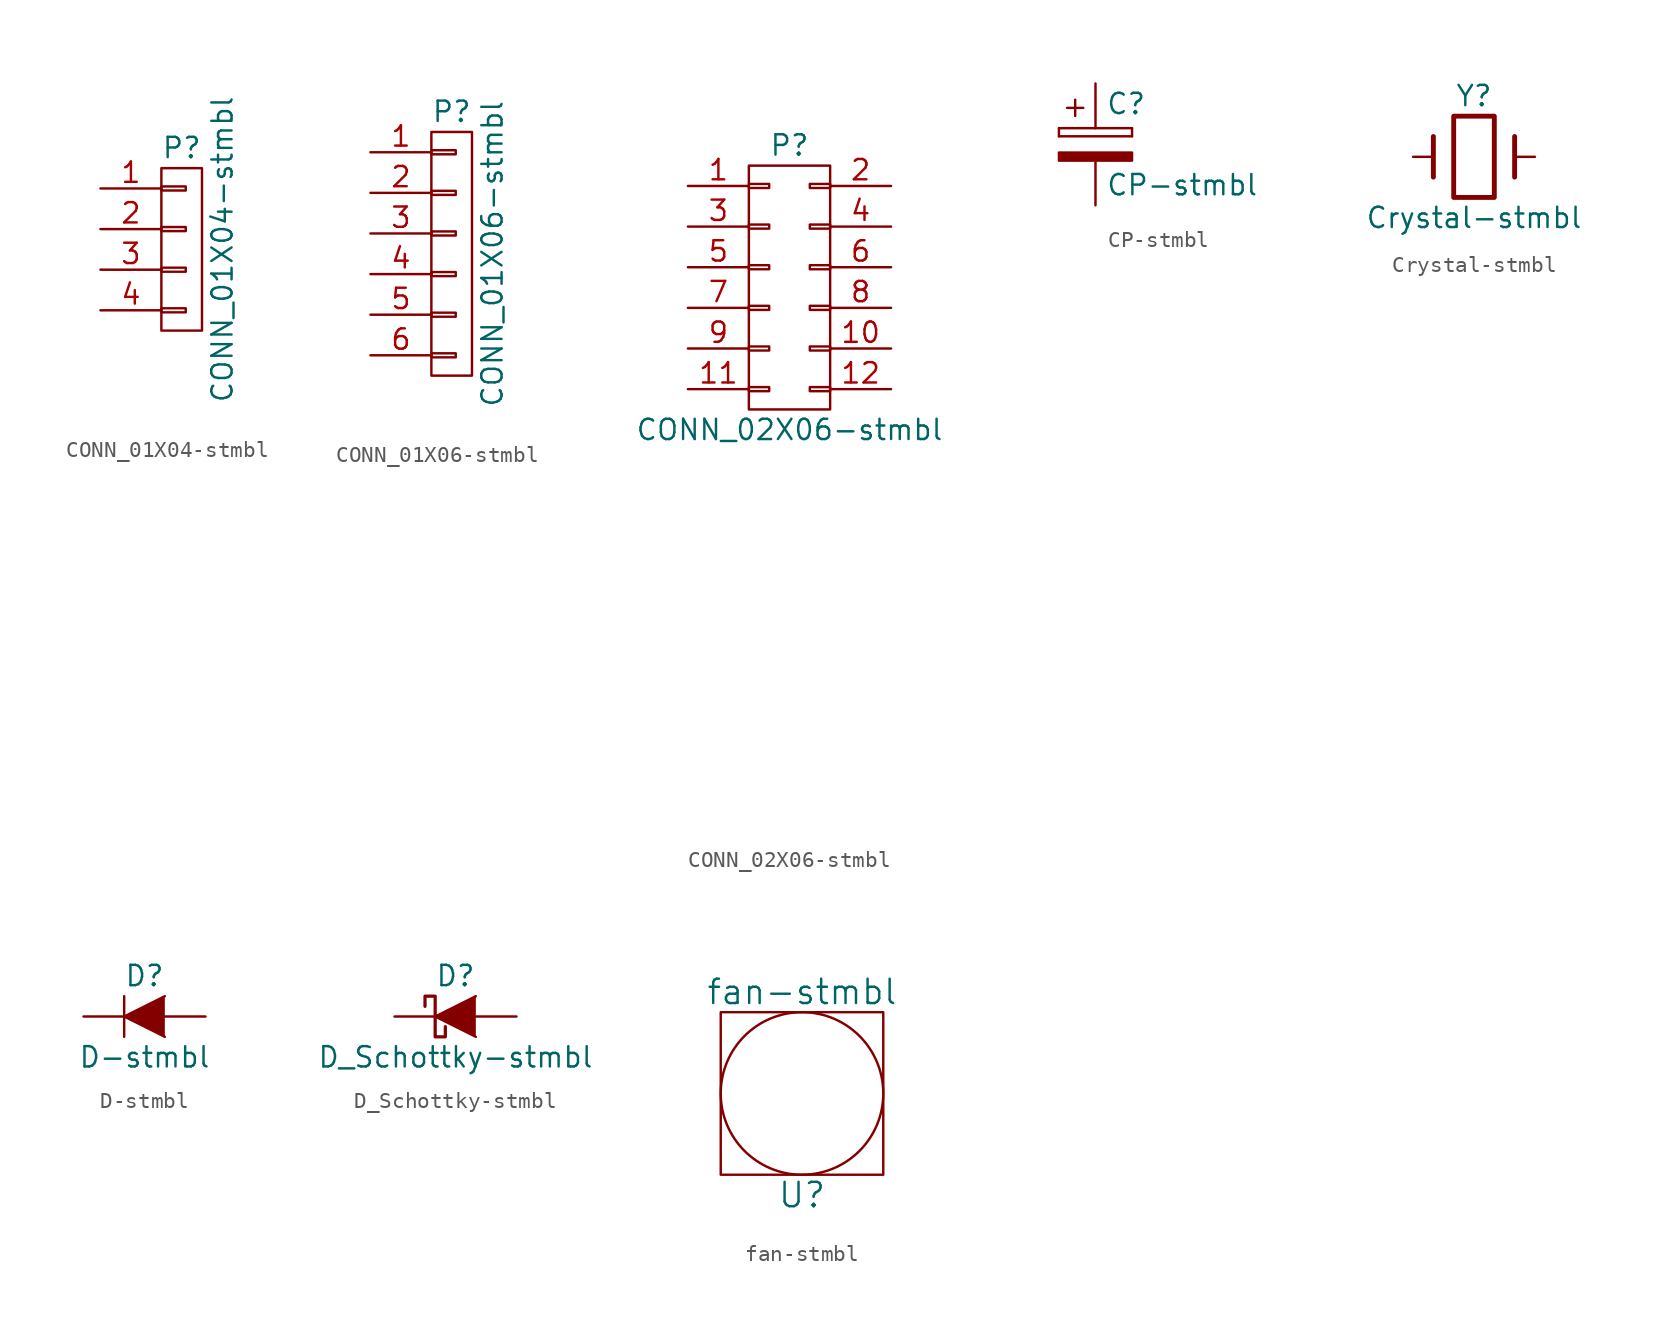
<source format=kicad_sym>
(kicad_symbol_lib
  (version 20211014)
  (generator kicad_symbol_editor)
  (symbol "CONN_01X04-stmbl"
    (pin_names
      (offset 1.016) hide)
    (property "Reference" "P"
      (at 0 6.35 0)
      (effects (font (size 1.27 1.27))))
    (property "Value" "CONN_01X04-stmbl"
      (at 2.54 0 90)
      (effects (font (size 1.27 1.27))))
    (property "Footprint" ""
      (at 0 0 0)
      (effects (font (size 1.27 1.27))))
    (property "Datasheet" ""
      (at 0 0 0)
      (effects (font (size 1.27 1.27))))
    (symbol "CONN_01X04-stmbl_0_1"
      (rectangle (start -1.27 -3.683) (end 0.254 -3.937) (stroke (width 0) (type default) (color 0 0 0 0)) (fill (type none)))
      (rectangle (start -1.27 -1.143) (end 0.254 -1.397) (stroke (width 0) (type default) (color 0 0 0 0)) (fill (type none)))
      (rectangle (start -1.27 1.397) (end 0.254 1.143) (stroke (width 0) (type default) (color 0 0 0 0)) (fill (type none)))
      (rectangle (start -1.27 3.937) (end 0.254 3.683) (stroke (width 0) (type default) (color 0 0 0 0)) (fill (type none)))
      (rectangle (start -1.27 5.08) (end 1.27 -5.08) (stroke (width 0) (type default) (color 0 0 0 0)) (fill (type none))))
    (symbol "CONN_01X04-stmbl_1_1"
      (pin passive line (at -5.08 3.81 0) (length 3.81) (name "P1" (effects (font (size 1.27 1.27)))) (number "1" (effects (font (size 1.27 1.27)))))
      (pin passive line (at -5.08 1.27 0) (length 3.81) (name "P2" (effects (font (size 1.27 1.27)))) (number "2" (effects (font (size 1.27 1.27)))))
      (pin passive line (at -5.08 -1.27 0) (length 3.81) (name "P3" (effects (font (size 1.27 1.27)))) (number "3" (effects (font (size 1.27 1.27)))))
      (pin passive line (at -5.08 -3.81 0) (length 3.81) (name "P4" (effects (font (size 1.27 1.27)))) (number "4" (effects (font (size 1.27 1.27)))))))
  (symbol "CONN_01X06-stmbl"
    (pin_names
      (offset 1.016) hide)
    (property "Reference" "P"
      (at 0 8.89 0)
      (effects (font (size 1.27 1.27))))
    (property "Value" "CONN_01X06-stmbl"
      (at 2.54 0 90)
      (effects (font (size 1.27 1.27))))
    (property "Footprint" ""
      (at 0 0 0)
      (effects (font (size 1.27 1.27))))
    (property "Datasheet" ""
      (at 0 0 0)
      (effects (font (size 1.27 1.27))))
    (symbol "CONN_01X06-stmbl_0_1"
      (rectangle (start -1.27 -6.223) (end 0.254 -6.477) (stroke (width 0) (type default) (color 0 0 0 0)) (fill (type none)))
      (rectangle (start -1.27 -3.683) (end 0.254 -3.937) (stroke (width 0) (type default) (color 0 0 0 0)) (fill (type none)))
      (rectangle (start -1.27 -1.143) (end 0.254 -1.397) (stroke (width 0) (type default) (color 0 0 0 0)) (fill (type none)))
      (rectangle (start -1.27 1.397) (end 0.254 1.143) (stroke (width 0) (type default) (color 0 0 0 0)) (fill (type none)))
      (rectangle (start -1.27 3.937) (end 0.254 3.683) (stroke (width 0) (type default) (color 0 0 0 0)) (fill (type none)))
      (rectangle (start -1.27 6.477) (end 0.254 6.223) (stroke (width 0) (type default) (color 0 0 0 0)) (fill (type none)))
      (rectangle (start -1.27 7.62) (end 1.27 -7.62) (stroke (width 0) (type default) (color 0 0 0 0)) (fill (type none))))
    (symbol "CONN_01X06-stmbl_1_1"
      (pin passive line (at -5.08 6.35 0) (length 3.81) (name "P1" (effects (font (size 1.27 1.27)))) (number "1" (effects (font (size 1.27 1.27)))))
      (pin passive line (at -5.08 3.81 0) (length 3.81) (name "P2" (effects (font (size 1.27 1.27)))) (number "2" (effects (font (size 1.27 1.27)))))
      (pin passive line (at -5.08 1.27 0) (length 3.81) (name "P3" (effects (font (size 1.27 1.27)))) (number "3" (effects (font (size 1.27 1.27)))))
      (pin passive line (at -5.08 -1.27 0) (length 3.81) (name "P4" (effects (font (size 1.27 1.27)))) (number "4" (effects (font (size 1.27 1.27)))))
      (pin passive line (at -5.08 -3.81 0) (length 3.81) (name "P5" (effects (font (size 1.27 1.27)))) (number "5" (effects (font (size 1.27 1.27)))))
      (pin passive line (at -5.08 -6.35 0) (length 3.81) (name "P6" (effects (font (size 1.27 1.27)))) (number "6" (effects (font (size 1.27 1.27)))))))
  (symbol "CONN_02X06-stmbl"
    (pin_names
      (offset 0.025) hide)
    (property "Reference" "P"
      (at 0 8.89 0)
      (effects (font (size 1.27 1.27))))
    (property "Value" "CONN_02X06-stmbl"
      (at 0 -8.89 0)
      (effects (font (size 1.27 1.27))))
    (property "Footprint" ""
      (at 0 -30.48 0)
      (effects (font (size 1.27 1.27))))
    (property "Datasheet" ""
      (at 0 -30.48 0)
      (effects (font (size 1.27 1.27))))
    (symbol "CONN_02X06-stmbl_0_1"
      (rectangle (start -2.54 -6.223) (end -1.27 -6.477) (stroke (width 0) (type default) (color 0 0 0 0)) (fill (type none)))
      (rectangle (start -2.54 -3.683) (end -1.27 -3.937) (stroke (width 0) (type default) (color 0 0 0 0)) (fill (type none)))
      (rectangle (start -2.54 -1.143) (end -1.27 -1.397) (stroke (width 0) (type default) (color 0 0 0 0)) (fill (type none)))
      (rectangle (start -2.54 1.397) (end -1.27 1.143) (stroke (width 0) (type default) (color 0 0 0 0)) (fill (type none)))
      (rectangle (start -2.54 3.937) (end -1.27 3.683) (stroke (width 0) (type default) (color 0 0 0 0)) (fill (type none)))
      (rectangle (start -2.54 6.477) (end -1.27 6.223) (stroke (width 0) (type default) (color 0 0 0 0)) (fill (type none)))
      (rectangle (start -2.54 7.62) (end 2.54 -7.62) (stroke (width 0) (type default) (color 0 0 0 0)) (fill (type none)))
      (rectangle (start 1.27 -6.223) (end 2.54 -6.477) (stroke (width 0) (type default) (color 0 0 0 0)) (fill (type none)))
      (rectangle (start 1.27 -3.683) (end 2.54 -3.937) (stroke (width 0) (type default) (color 0 0 0 0)) (fill (type none)))
      (rectangle (start 1.27 -1.143) (end 2.54 -1.397) (stroke (width 0) (type default) (color 0 0 0 0)) (fill (type none)))
      (rectangle (start 1.27 1.397) (end 2.54 1.143) (stroke (width 0) (type default) (color 0 0 0 0)) (fill (type none)))
      (rectangle (start 1.27 3.937) (end 2.54 3.683) (stroke (width 0) (type default) (color 0 0 0 0)) (fill (type none)))
      (rectangle (start 1.27 6.477) (end 2.54 6.223) (stroke (width 0) (type default) (color 0 0 0 0)) (fill (type none))))
    (symbol "CONN_02X06-stmbl_1_1"
      (pin passive line (at -6.35 6.35 0) (length 3.81) (name "P1" (effects (font (size 1.27 1.27)))) (number "1" (effects (font (size 1.27 1.27)))))
      (pin passive line (at 6.35 -3.81 180) (length 3.81) (name "P10" (effects (font (size 1.27 1.27)))) (number "10" (effects (font (size 1.27 1.27)))))
      (pin passive line (at -6.35 -6.35 0) (length 3.81) (name "P11" (effects (font (size 1.27 1.27)))) (number "11" (effects (font (size 1.27 1.27)))))
      (pin passive line (at 6.35 -6.35 180) (length 3.81) (name "P12" (effects (font (size 1.27 1.27)))) (number "12" (effects (font (size 1.27 1.27)))))
      (pin passive line (at 6.35 6.35 180) (length 3.81) (name "P2" (effects (font (size 1.27 1.27)))) (number "2" (effects (font (size 1.27 1.27)))))
      (pin passive line (at -6.35 3.81 0) (length 3.81) (name "P3" (effects (font (size 1.27 1.27)))) (number "3" (effects (font (size 1.27 1.27)))))
      (pin passive line (at 6.35 3.81 180) (length 3.81) (name "P4" (effects (font (size 1.27 1.27)))) (number "4" (effects (font (size 1.27 1.27)))))
      (pin passive line (at -6.35 1.27 0) (length 3.81) (name "P5" (effects (font (size 1.27 1.27)))) (number "5" (effects (font (size 1.27 1.27)))))
      (pin passive line (at 6.35 1.27 180) (length 3.81) (name "P6" (effects (font (size 1.27 1.27)))) (number "6" (effects (font (size 1.27 1.27)))))
      (pin passive line (at -6.35 -1.27 0) (length 3.81) (name "P7" (effects (font (size 1.27 1.27)))) (number "7" (effects (font (size 1.27 1.27)))))
      (pin passive line (at 6.35 -1.27 180) (length 3.81) (name "P8" (effects (font (size 1.27 1.27)))) (number "8" (effects (font (size 1.27 1.27)))))
      (pin passive line (at -6.35 -3.81 0) (length 3.81) (name "P9" (effects (font (size 1.27 1.27)))) (number "9" (effects (font (size 1.27 1.27)))))))
  (symbol "CP-stmbl"
    (pin_numbers hide)
    (pin_names
      (offset 0.254))
    (property "Reference" "C"
      (at 0.635 2.54 0)
      (effects (font (size 1.27 1.27)) (justify left)))
    (property "Value" "CP-stmbl"
      (at 0.635 -2.54 0)
      (effects (font (size 1.27 1.27)) (justify left)))
    (property "Footprint" ""
      (at 0.965 -3.81 0)
      (effects (font (size 1.27 1.27))))
    (property "Datasheet" ""
      (at 0 0 0)
      (effects (font (size 1.27 1.27))))
    (symbol "CP-stmbl_0_1"
      (rectangle (start -2.286 0.508) (end -2.286 1.016) (stroke (width 0) (type default) (color 0 0 0 0)) (fill (type none)))
      (rectangle (start -2.286 0.508) (end 2.286 0.508) (stroke (width 0) (type default) (color 0 0 0 0)) (fill (type none)))
      (polyline (pts (xy -1.778 2.286) (xy -0.762 2.286)) (stroke (width 0) (type default) (color 0 0 0 0)) (fill (type none)))
      (polyline (pts (xy -1.27 2.794) (xy -1.27 1.778)) (stroke (width 0) (type default) (color 0 0 0 0)) (fill (type none)))
      (rectangle (start 2.286 -0.508) (end -2.286 -1.016) (stroke (width 0) (type default) (color 0 0 0 0)) (fill (type outline)))
      (rectangle (start 2.286 1.016) (end -2.286 1.016) (stroke (width 0) (type default) (color 0 0 0 0)) (fill (type none)))
      (rectangle (start 2.286 1.016) (end 2.286 0.508) (stroke (width 0) (type default) (color 0 0 0 0)) (fill (type none))))
    (symbol "CP-stmbl_1_1"
      (pin passive line (at 0 3.81 270) (length 2.794) (name "~" (effects (font (size 1.016 1.016)))) (number "1" (effects (font (size 1.016 1.016)))))
      (pin passive line (at 0 -3.81 90) (length 2.794) (name "~" (effects (font (size 1.016 1.016)))) (number "2" (effects (font (size 1.016 1.016)))))))
  (symbol "Crystal-stmbl"
    (pin_numbers hide)
    (pin_names
      (offset 1.016) hide)
    (property "Reference" "Y"
      (at 0 3.81 0)
      (effects (font (size 1.27 1.27))))
    (property "Value" "Crystal-stmbl"
      (at 0 -3.81 0)
      (effects (font (size 1.27 1.27))))
    (property "Footprint" ""
      (at 0 0 0)
      (effects (font (size 1.27 1.27))))
    (property "Datasheet" ""
      (at 0 0 0)
      (effects (font (size 1.27 1.27))))
    (symbol "Crystal-stmbl_0_1"
      (rectangle (start -1.27 2.54) (end 1.27 -2.54) (stroke (width 0.305) (type default) (color 0 0 0 0)) (fill (type none)))
      (polyline (pts (xy -2.54 -1.27) (xy -2.54 1.27)) (stroke (width 0.305) (type default) (color 0 0 0 0)) (fill (type none)))
      (polyline (pts (xy 2.54 -1.27) (xy 2.54 1.27)) (stroke (width 0.305) (type default) (color 0 0 0 0)) (fill (type none))))
    (symbol "Crystal-stmbl_1_1"
      (pin passive line (at -3.81 0 0) (length 1.27) (name "1" (effects (font (size 1.016 1.016)))) (number "1" (effects (font (size 1.016 1.016)))))
      (pin passive line (at 3.81 0 180) (length 1.27) (name "2" (effects (font (size 1.016 1.016)))) (number "2" (effects (font (size 1.016 1.016)))))))
  (symbol "D-stmbl"
    (pin_numbers hide)
    (pin_names
      (offset 1.016) hide)
    (property "Reference" "D"
      (at 0 2.54 0)
      (effects (font (size 1.27 1.27))))
    (property "Value" "D-stmbl"
      (at 0 -2.54 0)
      (effects (font (size 1.27 1.27))))
    (property "Footprint" ""
      (at 0 0 0)
      (effects (font (size 1.27 1.27))))
    (property "Datasheet" ""
      (at 0 0 0)
      (effects (font (size 1.27 1.27))))
    (symbol "D-stmbl_0_1"
      (polyline (pts (xy -1.27 1.27) (xy -1.27 -1.27)) (stroke (width 0.152) (type default) (color 0 0 0 0)) (fill (type none)))
      (polyline (pts (xy 1.27 1.27) (xy -1.27 0) (xy 1.27 -1.27)) (stroke (width 0) (type default) (color 0 0 0 0)) (fill (type outline))))
    (symbol "D-stmbl_1_1"
      (pin passive line (at -3.81 0 0) (length 2.54) (name "K" (effects (font (size 1.27 1.27)))) (number "1" (effects (font (size 1.27 1.27)))))
      (pin passive line (at 3.81 0 180) (length 2.54) (name "A" (effects (font (size 1.27 1.27)))) (number "2" (effects (font (size 1.27 1.27)))))))
  (symbol "D_Schottky-stmbl"
    (pin_numbers hide)
    (pin_names
      (offset 1.016) hide)
    (property "Reference" "D"
      (at 0 2.54 0)
      (effects (font (size 1.27 1.27))))
    (property "Value" "D_Schottky-stmbl"
      (at 0 -2.54 0)
      (effects (font (size 1.27 1.27))))
    (property "Footprint" ""
      (at 0 0 0)
      (effects (font (size 1.27 1.27))))
    (property "Datasheet" ""
      (at 0 0 0)
      (effects (font (size 1.27 1.27))))
    (symbol "D_Schottky-stmbl_0_1"
      (polyline (pts (xy 1.27 1.27) (xy -1.27 0) (xy 1.27 -1.27)) (stroke (width 0) (type default) (color 0 0 0 0)) (fill (type outline)))
      (polyline (pts (xy -1.905 0.635) (xy -1.905 1.27) (xy -1.27 1.27) (xy -1.27 -1.27) (xy -0.635 -1.27) (xy -0.635 -0.635)) (stroke (width 0.203) (type default) (color 0 0 0 0)) (fill (type none))))
    (symbol "D_Schottky-stmbl_1_1"
      (pin passive line (at -3.81 0 0) (length 2.54) (name "K" (effects (font (size 1.27 1.27)))) (number "1" (effects (font (size 1.27 1.27)))))
      (pin passive line (at 3.81 0 180) (length 2.54) (name "A" (effects (font (size 1.27 1.27)))) (number "2" (effects (font (size 1.27 1.27)))))))
  (symbol "fan-stmbl"
    (pin_names
      (offset 1.016))
    (property "Reference" "U"
      (at 0 -6.35 0)
      (effects (font (size 1.524 1.524))))
    (property "Value" "fan-stmbl"
      (at 0 6.35 0)
      (effects (font (size 1.524 1.524))))
    (symbol "fan-stmbl_0_1"
      (rectangle (start -5.08 5.08) (end 5.08 -5.08) (stroke (width 0) (type default) (color 0 0 0 0)) (fill (type none)))
      (circle (center 0 0) (radius 5.08) (stroke (width 0) (type default) (color 0 0 0 0)) (fill (type none))))))
</source>
